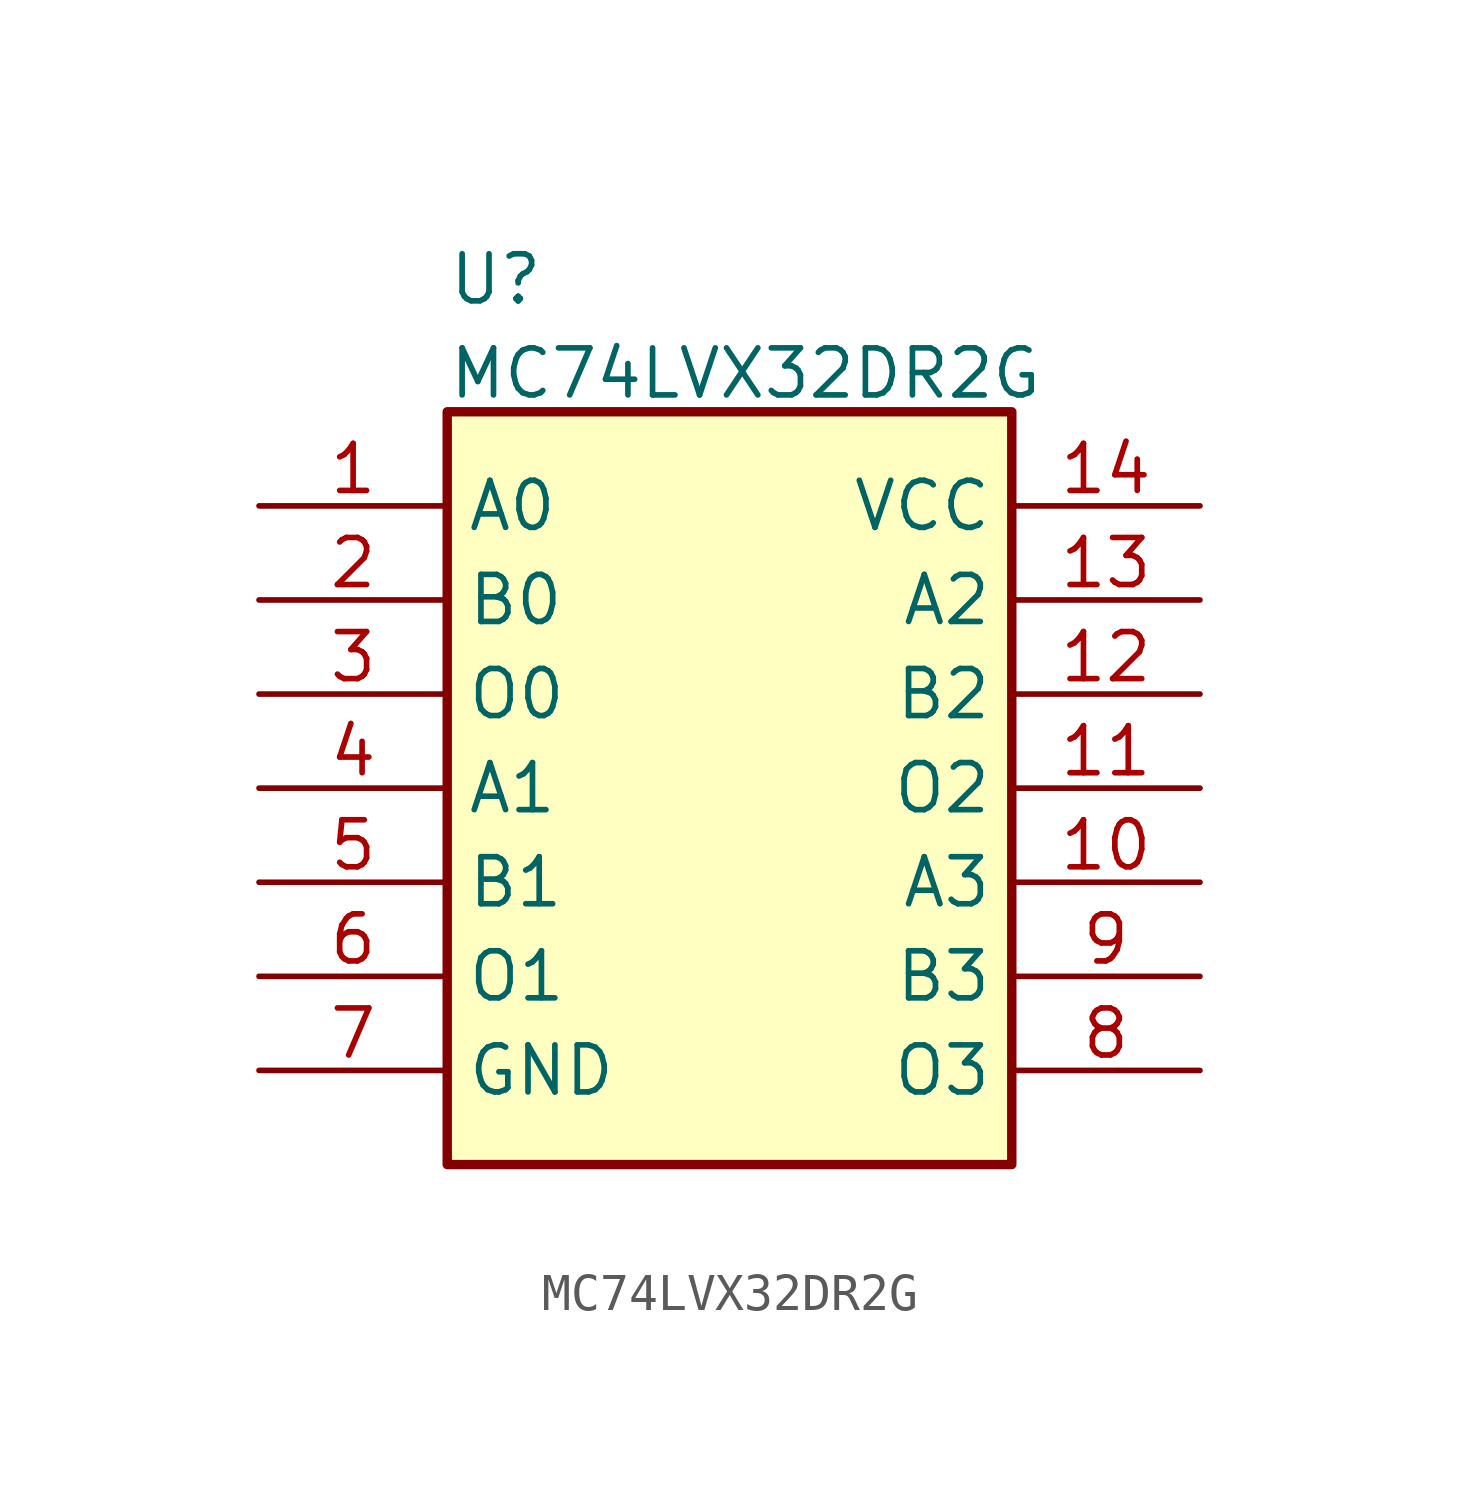
<source format=kicad_sym>
(kicad_symbol_lib
  (version 20241209)
  (generator "kicad_symbol_editor")
  (generator_version "9.0")
  (symbol "MC74LVX32DR2G"
    (property "Reference" "U"
      (at 5.08 6.858 0)
      (effects (font (size 1.27 1.27)) (justify left top)))
    (property "Value" "MC74LVX32DR2G"
      (at 5.08 4.318 0)
      (effects (font (size 1.27 1.27)) (justify left top)))
    (symbol "MC74LVX32DR2G_1_1"
      (rectangle (start 5.08 2.54) (end 20.32 -17.78) (stroke (width 0.254) (type default)) (fill (type background)))
      (pin passive line (at 0 0 0) (length 5.08) (name "A0" (effects (font (size 1.27 1.27)))) (number "1" (effects (font (size 1.27 1.27)))))
      (pin passive line (at 0 -2.54 0) (length 5.08) (name "B0" (effects (font (size 1.27 1.27)))) (number "2" (effects (font (size 1.27 1.27)))))
      (pin passive line (at 0 -5.08 0) (length 5.08) (name "O0" (effects (font (size 1.27 1.27)))) (number "3" (effects (font (size 1.27 1.27)))))
      (pin passive line (at 0 -7.62 0) (length 5.08) (name "A1" (effects (font (size 1.27 1.27)))) (number "4" (effects (font (size 1.27 1.27)))))
      (pin passive line (at 0 -10.16 0) (length 5.08) (name "B1" (effects (font (size 1.27 1.27)))) (number "5" (effects (font (size 1.27 1.27)))))
      (pin passive line (at 0 -12.7 0) (length 5.08) (name "O1" (effects (font (size 1.27 1.27)))) (number "6" (effects (font (size 1.27 1.27)))))
      (pin passive line (at 0 -15.24 0) (length 5.08) (name "GND" (effects (font (size 1.27 1.27)))) (number "7" (effects (font (size 1.27 1.27)))))
      (pin passive line (at 25.4 0 180) (length 5.08) (name "VCC" (effects (font (size 1.27 1.27)))) (number "14" (effects (font (size 1.27 1.27)))))
      (pin passive line (at 25.4 -2.54 180) (length 5.08) (name "A2" (effects (font (size 1.27 1.27)))) (number "13" (effects (font (size 1.27 1.27)))))
      (pin passive line (at 25.4 -5.08 180) (length 5.08) (name "B2" (effects (font (size 1.27 1.27)))) (number "12" (effects (font (size 1.27 1.27)))))
      (pin passive line (at 25.4 -7.62 180) (length 5.08) (name "O2" (effects (font (size 1.27 1.27)))) (number "11" (effects (font (size 1.27 1.27)))))
      (pin passive line (at 25.4 -10.16 180) (length 5.08) (name "A3" (effects (font (size 1.27 1.27)))) (number "10" (effects (font (size 1.27 1.27)))))
      (pin passive line (at 25.4 -12.7 180) (length 5.08) (name "B3" (effects (font (size 1.27 1.27)))) (number "9" (effects (font (size 1.27 1.27)))))
      (pin passive line (at 25.4 -15.24 180) (length 5.08) (name "O3" (effects (font (size 1.27 1.27)))) (number "8" (effects (font (size 1.27 1.27))))))))
</source>
